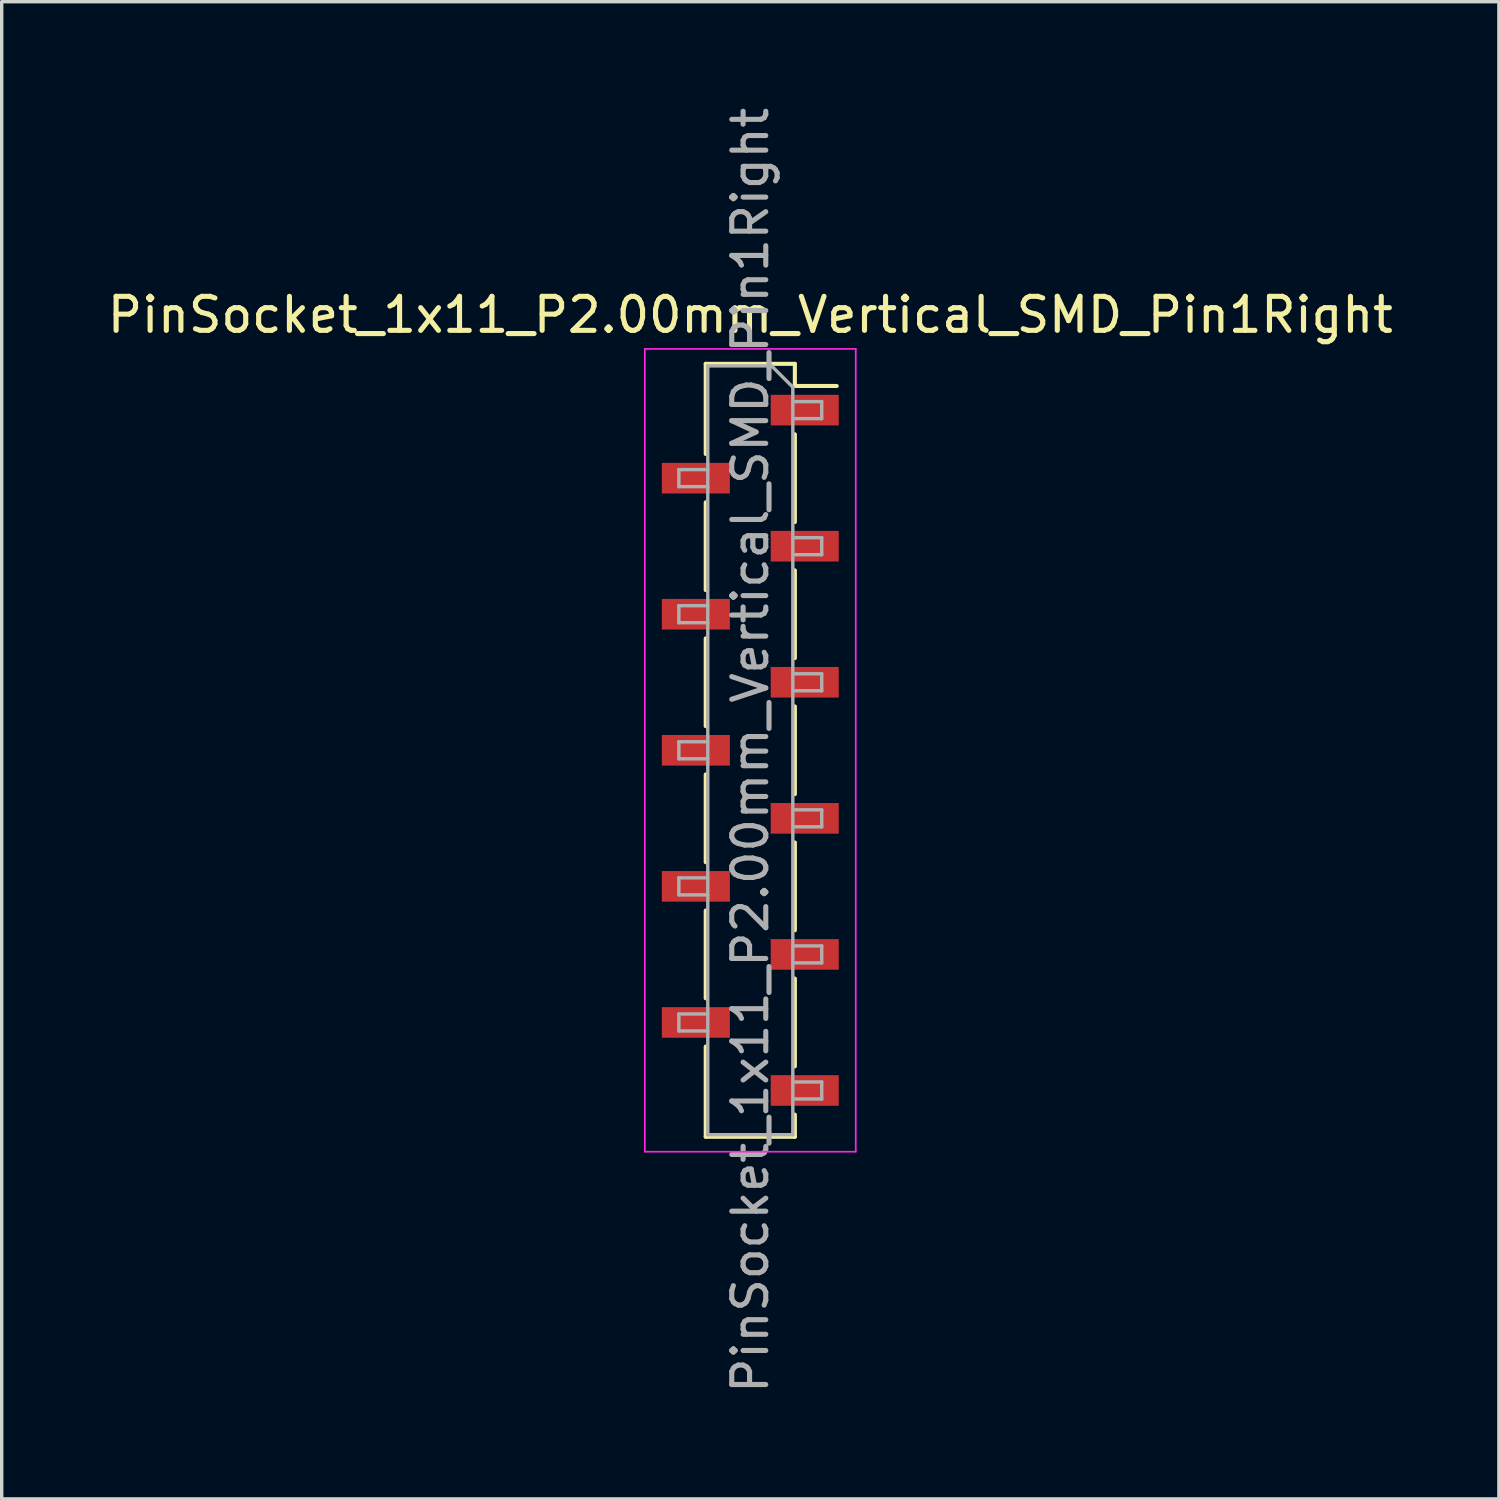
<source format=kicad_pcb>
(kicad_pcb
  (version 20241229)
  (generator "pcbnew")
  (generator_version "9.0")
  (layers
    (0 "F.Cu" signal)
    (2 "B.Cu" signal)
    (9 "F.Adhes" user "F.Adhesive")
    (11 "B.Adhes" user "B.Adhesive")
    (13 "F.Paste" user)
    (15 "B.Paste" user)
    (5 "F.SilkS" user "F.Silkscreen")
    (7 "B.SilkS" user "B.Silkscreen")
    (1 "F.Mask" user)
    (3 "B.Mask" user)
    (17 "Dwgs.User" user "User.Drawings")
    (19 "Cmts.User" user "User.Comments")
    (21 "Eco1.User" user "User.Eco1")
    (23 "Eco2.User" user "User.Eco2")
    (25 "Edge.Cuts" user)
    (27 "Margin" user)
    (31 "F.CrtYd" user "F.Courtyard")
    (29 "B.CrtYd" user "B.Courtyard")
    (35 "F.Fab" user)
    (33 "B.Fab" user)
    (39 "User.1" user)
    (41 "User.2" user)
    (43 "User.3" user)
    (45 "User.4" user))
  (footprint "PinSocket_1x11_P2.00mm_Vertical_SMD_Pin1Right"
    (layer "F.Cu")
    (at 19.006 19.006)
    (property "Reference" "PinSocket_1x11_P2.00mm_Vertical_SMD_Pin1Right" (at 0 -12.8 0) (layer "F.SilkS") (effects (font (size 1 1) (thickness 0.15))))
    (attr smd)
    (fp_line (start -1.31 -11.36) (end -1.31 -8.71) (stroke (width 0.12) (type solid)) (layer "F.SilkS"))
    (fp_line (start -1.31 -11.36) (end 1.31 -11.36) (stroke (width 0.12) (type solid)) (layer "F.SilkS"))
    (fp_line (start -1.31 -7.29) (end -1.31 -4.71) (stroke (width 0.12) (type solid)) (layer "F.SilkS"))
    (fp_line (start -1.31 -3.29) (end -1.31 -0.71) (stroke (width 0.12) (type solid)) (layer "F.SilkS"))
    (fp_line (start -1.31 0.71) (end -1.31 3.29) (stroke (width 0.12) (type solid)) (layer "F.SilkS"))
    (fp_line (start -1.31 4.71) (end -1.31 7.29) (stroke (width 0.12) (type solid)) (layer "F.SilkS"))
    (fp_line (start -1.31 8.71) (end -1.31 11.36) (stroke (width 0.12) (type solid)) (layer "F.SilkS"))
    (fp_line (start -1.31 11.36) (end 1.31 11.36) (stroke (width 0.12) (type solid)) (layer "F.SilkS"))
    (fp_line (start 1.31 -11.36) (end 1.31 -10.71) (stroke (width 0.12) (type solid)) (layer "F.SilkS"))
    (fp_line (start 1.31 -10.71) (end 2.54 -10.71) (stroke (width 0.12) (type solid)) (layer "F.SilkS"))
    (fp_line (start 1.31 -9.29) (end 1.31 -6.71) (stroke (width 0.12) (type solid)) (layer "F.SilkS"))
    (fp_line (start 1.31 -5.29) (end 1.31 -2.71) (stroke (width 0.12) (type solid)) (layer "F.SilkS"))
    (fp_line (start 1.31 -1.29) (end 1.31 1.29) (stroke (width 0.12) (type solid)) (layer "F.SilkS"))
    (fp_line (start 1.31 2.71) (end 1.31 5.29) (stroke (width 0.12) (type solid)) (layer "F.SilkS"))
    (fp_line (start 1.31 6.71) (end 1.31 9.29) (stroke (width 0.12) (type solid)) (layer "F.SilkS"))
    (fp_line (start 1.31 10.71) (end 1.31 11.36) (stroke (width 0.12) (type solid)) (layer "F.SilkS"))
    (fp_line (start -3.1 -11.8) (end 3.1 -11.8) (stroke (width 0.05) (type solid)) (layer "F.CrtYd"))
    (fp_line (start -3.1 11.8) (end -3.1 -11.8) (stroke (width 0.05) (type solid)) (layer "F.CrtYd"))
    (fp_line (start 3.1 -11.8) (end 3.1 11.8) (stroke (width 0.05) (type solid)) (layer "F.CrtYd"))
    (fp_line (start 3.1 11.8) (end -3.1 11.8) (stroke (width 0.05) (type solid)) (layer "F.CrtYd"))
    (fp_line (start -2.1 -8.25) (end -1.25 -8.25) (stroke (width 0.1) (type solid)) (layer "F.Fab"))
    (fp_line (start -2.1 -7.75) (end -2.1 -8.25) (stroke (width 0.1) (type solid)) (layer "F.Fab"))
    (fp_line (start -2.1 -4.25) (end -1.25 -4.25) (stroke (width 0.1) (type solid)) (layer "F.Fab"))
    (fp_line (start -2.1 -3.75) (end -2.1 -4.25) (stroke (width 0.1) (type solid)) (layer "F.Fab"))
    (fp_line (start -2.1 -0.25) (end -1.25 -0.25) (stroke (width 0.1) (type solid)) (layer "F.Fab"))
    (fp_line (start -2.1 0.25) (end -2.1 -0.25) (stroke (width 0.1) (type solid)) (layer "F.Fab"))
    (fp_line (start -2.1 3.75) (end -1.25 3.75) (stroke (width 0.1) (type solid)) (layer "F.Fab"))
    (fp_line (start -2.1 4.25) (end -2.1 3.75) (stroke (width 0.1) (type solid)) (layer "F.Fab"))
    (fp_line (start -2.1 7.75) (end -1.25 7.75) (stroke (width 0.1) (type solid)) (layer "F.Fab"))
    (fp_line (start -2.1 8.25) (end -2.1 7.75) (stroke (width 0.1) (type solid)) (layer "F.Fab"))
    (fp_line (start -1.25 -11.3) (end 0.625 -11.3) (stroke (width 0.1) (type solid)) (layer "F.Fab"))
    (fp_line (start -1.25 -7.75) (end -2.1 -7.75) (stroke (width 0.1) (type solid)) (layer "F.Fab"))
    (fp_line (start -1.25 -3.75) (end -2.1 -3.75) (stroke (width 0.1) (type solid)) (layer "F.Fab"))
    (fp_line (start -1.25 0.25) (end -2.1 0.25) (stroke (width 0.1) (type solid)) (layer "F.Fab"))
    (fp_line (start -1.25 4.25) (end -2.1 4.25) (stroke (width 0.1) (type solid)) (layer "F.Fab"))
    (fp_line (start -1.25 8.25) (end -2.1 8.25) (stroke (width 0.1) (type solid)) (layer "F.Fab"))
    (fp_line (start -1.25 11.3) (end -1.25 -11.3) (stroke (width 0.1) (type solid)) (layer "F.Fab"))
    (fp_line (start 0.625 -11.3) (end 1.25 -10.675) (stroke (width 0.1) (type solid)) (layer "F.Fab"))
    (fp_line (start 1.25 -10.675) (end 1.25 11.3) (stroke (width 0.1) (type solid)) (layer "F.Fab"))
    (fp_line (start 1.25 -10.25) (end 2.1 -10.25) (stroke (width 0.1) (type solid)) (layer "F.Fab"))
    (fp_line (start 1.25 -6.25) (end 2.1 -6.25) (stroke (width 0.1) (type solid)) (layer "F.Fab"))
    (fp_line (start 1.25 -2.25) (end 2.1 -2.25) (stroke (width 0.1) (type solid)) (layer "F.Fab"))
    (fp_line (start 1.25 1.75) (end 2.1 1.75) (stroke (width 0.1) (type solid)) (layer "F.Fab"))
    (fp_line (start 1.25 5.75) (end 2.1 5.75) (stroke (width 0.1) (type solid)) (layer "F.Fab"))
    (fp_line (start 1.25 9.75) (end 2.1 9.75) (stroke (width 0.1) (type solid)) (layer "F.Fab"))
    (fp_line (start 1.25 11.3) (end -1.25 11.3) (stroke (width 0.1) (type solid)) (layer "F.Fab"))
    (fp_line (start 2.1 -10.25) (end 2.1 -9.75) (stroke (width 0.1) (type solid)) (layer "F.Fab"))
    (fp_line (start 2.1 -9.75) (end 1.25 -9.75) (stroke (width 0.1) (type solid)) (layer "F.Fab"))
    (fp_line (start 2.1 -6.25) (end 2.1 -5.75) (stroke (width 0.1) (type solid)) (layer "F.Fab"))
    (fp_line (start 2.1 -5.75) (end 1.25 -5.75) (stroke (width 0.1) (type solid)) (layer "F.Fab"))
    (fp_line (start 2.1 -2.25) (end 2.1 -1.75) (stroke (width 0.1) (type solid)) (layer "F.Fab"))
    (fp_line (start 2.1 -1.75) (end 1.25 -1.75) (stroke (width 0.1) (type solid)) (layer "F.Fab"))
    (fp_line (start 2.1 1.75) (end 2.1 2.25) (stroke (width 0.1) (type solid)) (layer "F.Fab"))
    (fp_line (start 2.1 2.25) (end 1.25 2.25) (stroke (width 0.1) (type solid)) (layer "F.Fab"))
    (fp_line (start 2.1 5.75) (end 2.1 6.25) (stroke (width 0.1) (type solid)) (layer "F.Fab"))
    (fp_line (start 2.1 6.25) (end 1.25 6.25) (stroke (width 0.1) (type solid)) (layer "F.Fab"))
    (fp_line (start 2.1 9.75) (end 2.1 10.25) (stroke (width 0.1) (type solid)) (layer "F.Fab"))
    (fp_line (start 2.1 10.25) (end 1.25 10.25) (stroke (width 0.1) (type solid)) (layer "F.Fab"))
    (fp_text user "${REFERENCE}" (at 0 0 90) (layer "F.Fab") (effects (font (size 1 1) (thickness 0.15))))
    (pad "1" smd rect (at 1.6 -10) (size 2 0.9) (layers "F.Cu" "F.Mask" "F.Paste"))
    (pad "2" smd rect (at -1.6 -8) (size 2 0.9) (layers "F.Cu" "F.Mask" "F.Paste"))
    (pad "3" smd rect (at 1.6 -6) (size 2 0.9) (layers "F.Cu" "F.Mask" "F.Paste"))
    (pad "4" smd rect (at -1.6 -4) (size 2 0.9) (layers "F.Cu" "F.Mask" "F.Paste"))
    (pad "5" smd rect (at 1.6 -2) (size 2 0.9) (layers "F.Cu" "F.Mask" "F.Paste"))
    (pad "6" smd rect (at -1.6 0) (size 2 0.9) (layers "F.Cu" "F.Mask" "F.Paste"))
    (pad "7" smd rect (at 1.6 2) (size 2 0.9) (layers "F.Cu" "F.Mask" "F.Paste"))
    (pad "8" smd rect (at -1.6 4) (size 2 0.9) (layers "F.Cu" "F.Mask" "F.Paste"))
    (pad "9" smd rect (at 1.6 6) (size 2 0.9) (layers "F.Cu" "F.Mask" "F.Paste"))
    (pad "10" smd rect (at -1.6 8) (size 2 0.9) (layers "F.Cu" "F.Mask" "F.Paste"))
    (pad "11" smd rect (at 1.6 10) (size 2 0.9) (layers "F.Cu" "F.Mask" "F.Paste")))
  (gr_rect
    (start -3 -3)
    (end 41.012 41.012)
    (stroke (width 0.1) (type default))
    (fill no)
    (layer "Edge.Cuts")))
</source>
